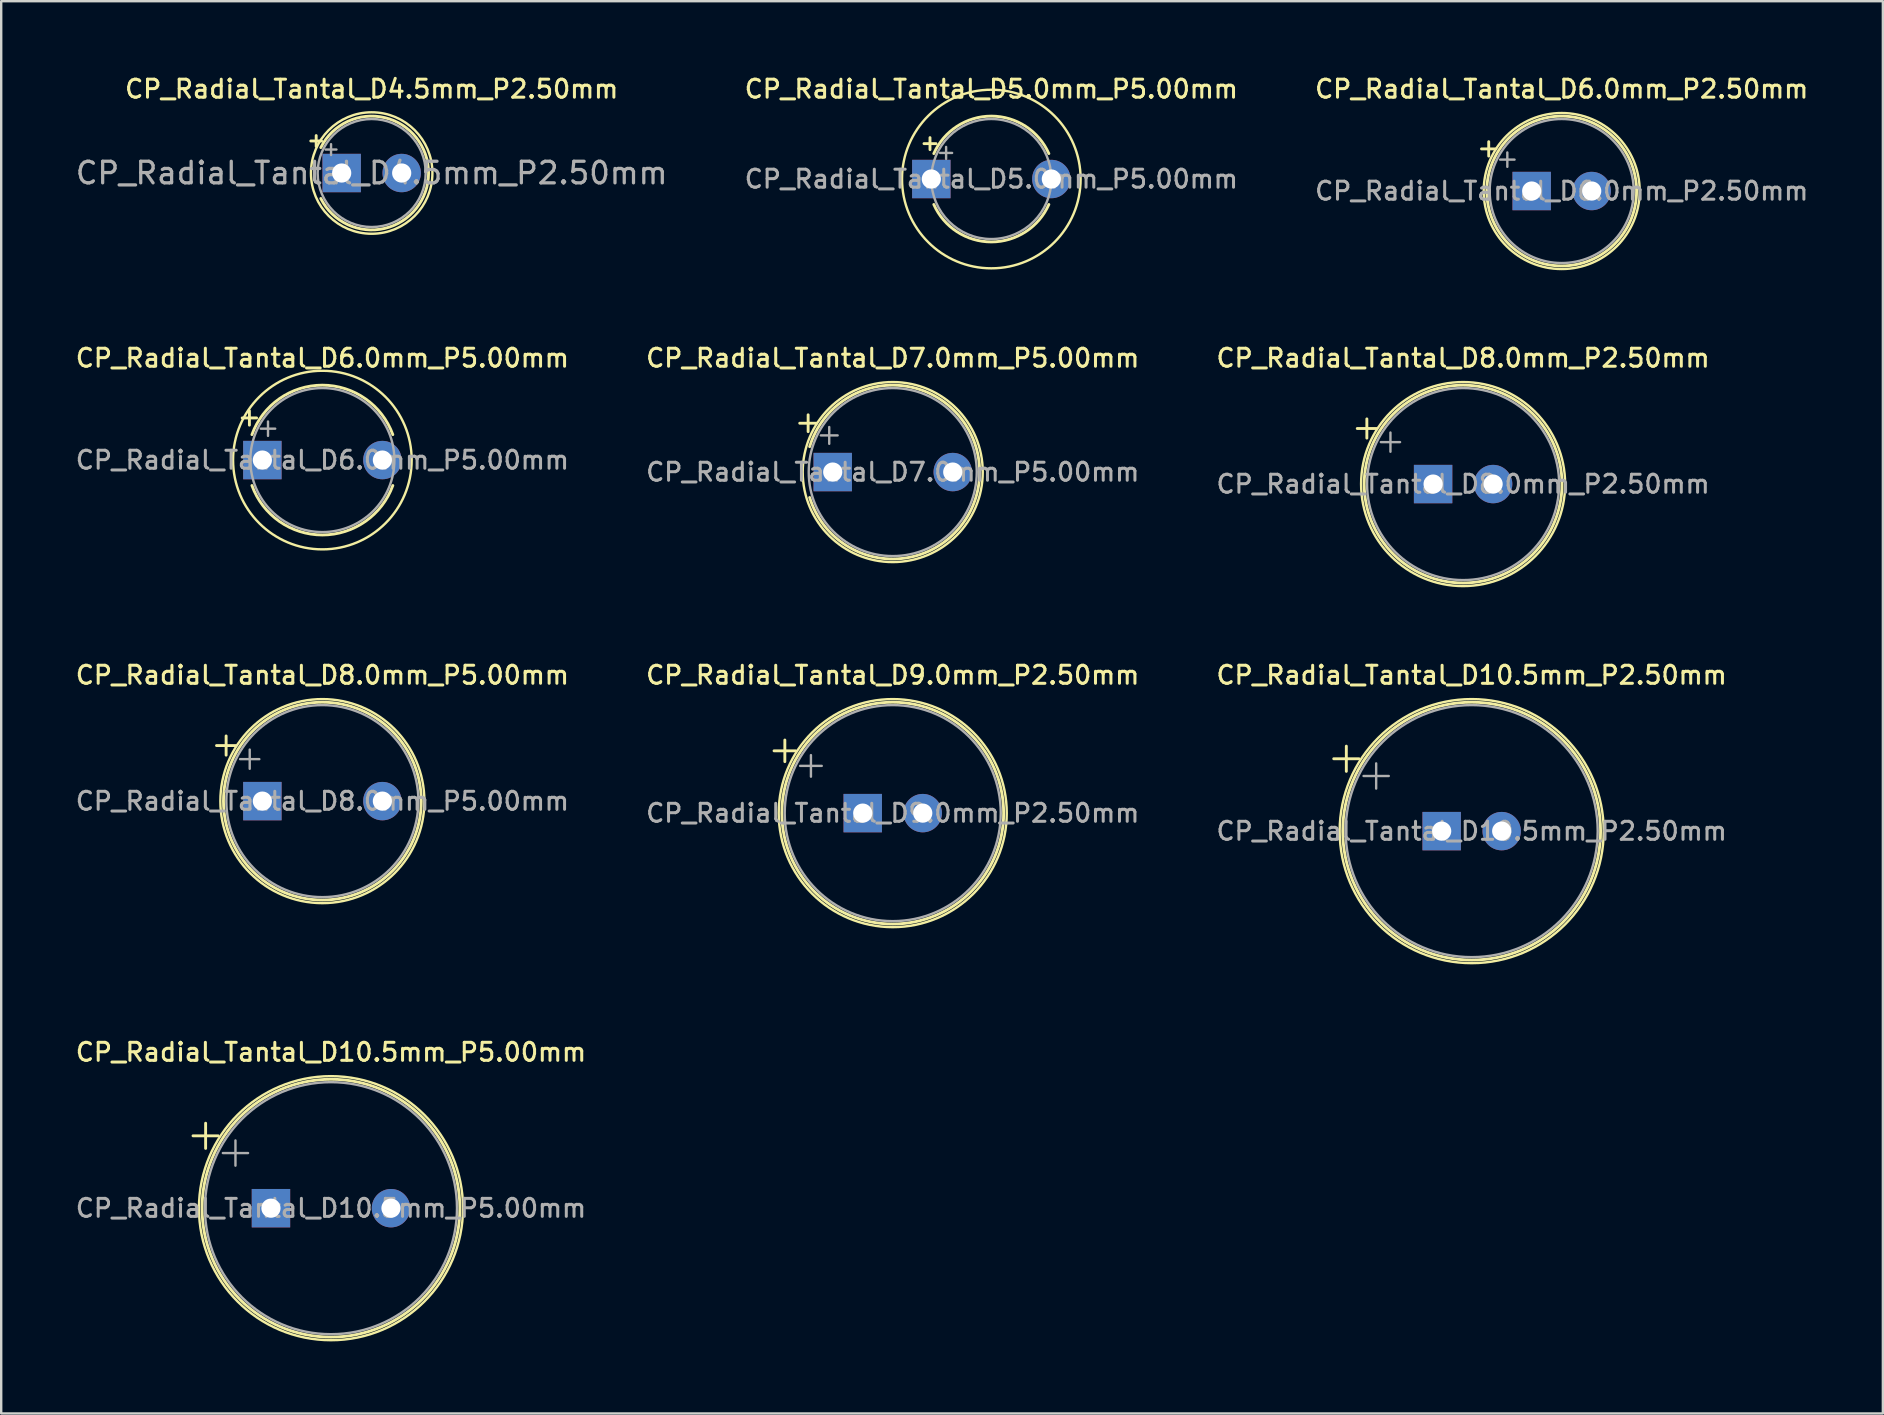
<source format=kicad_pcb>
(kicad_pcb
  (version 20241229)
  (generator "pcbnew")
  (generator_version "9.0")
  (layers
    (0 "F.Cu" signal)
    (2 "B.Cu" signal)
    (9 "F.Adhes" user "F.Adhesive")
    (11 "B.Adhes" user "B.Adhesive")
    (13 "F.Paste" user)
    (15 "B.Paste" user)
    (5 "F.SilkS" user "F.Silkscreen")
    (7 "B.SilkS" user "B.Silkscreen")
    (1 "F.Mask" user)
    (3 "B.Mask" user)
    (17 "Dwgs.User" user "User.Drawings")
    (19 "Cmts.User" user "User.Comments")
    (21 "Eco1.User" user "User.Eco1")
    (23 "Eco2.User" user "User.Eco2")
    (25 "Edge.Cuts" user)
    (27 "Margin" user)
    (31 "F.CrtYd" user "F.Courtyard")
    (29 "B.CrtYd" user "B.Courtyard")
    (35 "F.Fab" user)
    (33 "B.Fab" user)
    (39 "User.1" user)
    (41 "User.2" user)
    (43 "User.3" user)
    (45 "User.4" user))
  (footprint "CP_Radial_Tantal_D6.0mm_P2.50mm"
    (layer "F.Cu")
    (at 60.759 4.908)
    (property "Reference" "CP_Radial_Tantal_D6.0mm_P2.50mm" (at 1.25 -4.25 0) (layer "F.SilkS") (effects (font (size 0.75 0.75) (thickness 0.125))))
    (attr through_hole)
    (fp_line (start -2.09 -1.755) (end -1.49 -1.755) (stroke (width 0.12) (type solid)) (layer "F.SilkS"))
    (fp_line (start -1.79 -2.055) (end -1.79 -1.455) (stroke (width 0.12) (type solid)) (layer "F.SilkS"))
    (fp_circle (center 1.25 0) (end 4.37 0) (stroke (width 0.12) (type solid)) (fill no) (layer "F.SilkS"))
    (fp_circle (center 1.25 0) (end 4.5 0) (stroke (width 0.1) (type solid)) (fill no) (layer "F.SilkS"))
    (fp_line (start -1.315 -1.308) (end -0.715 -1.308) (stroke (width 0.1) (type solid)) (layer "F.Fab"))
    (fp_line (start -1.015 -1.607) (end -1.015 -1.008) (stroke (width 0.1) (type solid)) (layer "F.Fab"))
    (fp_circle (center 1.25 0) (end 4.25 0) (stroke (width 0.1) (type solid)) (fill no) (layer "F.Fab"))
    (fp_text user "${REFERENCE}" (at 1.25 0 0) (layer "F.Fab") (effects (font (size 0.75 0.75) (thickness 0.125))))
    (pad "1" thru_hole rect (at 0 0) (size 1.6 1.6) (drill 0.8) (layers "*.Cu" "*.Mask"))
    (pad "2" thru_hole circle (at 2.5 0) (size 1.6 1.6) (drill 0.8) (layers "*.Cu" "*.Mask")))
  (footprint "CP_Radial_Tantal_D10.5mm_P2.50mm"
    (layer "F.Cu")
    (at 57.009 31.574)
    (property "Reference" "CP_Radial_Tantal_D10.5mm_P2.50mm" (at 1.25 -6.5 0) (layer "F.SilkS") (effects (font (size 0.75 0.75) (thickness 0.125))))
    (attr through_hole)
    (fp_line (start -4.497 -3.015) (end -3.447 -3.015) (stroke (width 0.12) (type solid)) (layer "F.SilkS"))
    (fp_line (start -3.972 -3.54) (end -3.972 -2.49) (stroke (width 0.12) (type solid)) (layer "F.SilkS"))
    (fp_circle (center 1.25 0) (end 6.62 0) (stroke (width 0.12) (type solid)) (fill no) (layer "F.SilkS"))
    (fp_circle (center 1.25 0) (end 6.75 0) (stroke (width 0.1) (type solid)) (fill no) (layer "F.SilkS"))
    (fp_line (start -3.254 -2.297) (end -2.204 -2.297) (stroke (width 0.1) (type solid)) (layer "F.Fab"))
    (fp_line (start -2.729 -2.822) (end -2.729 -1.772) (stroke (width 0.1) (type solid)) (layer "F.Fab"))
    (fp_circle (center 1.25 0) (end 6.5 0) (stroke (width 0.1) (type solid)) (fill no) (layer "F.Fab"))
    (fp_text user "${REFERENCE}" (at 1.25 0 0) (layer "F.Fab") (effects (font (size 0.75 0.75) (thickness 0.125))))
    (pad "1" thru_hole rect (at 0 0) (size 1.6 1.6) (drill 0.8) (layers "*.Cu" "*.Mask"))
    (pad "2" thru_hole circle (at 2.5 0) (size 1.6 1.6) (drill 0.8) (layers "*.Cu" "*.Mask")))
  (footprint "CP_Radial_Tantal_D10.5mm_P5.00mm"
    (layer "F.Cu")
    (at 8.238 47.282)
    (property "Reference" "CP_Radial_Tantal_D10.5mm_P5.00mm" (at 2.5 -6.5 0) (layer "F.SilkS") (effects (font (size 0.75 0.75) (thickness 0.125))))
    (attr through_hole)
    (fp_line (start -3.247 -3.015) (end -2.197 -3.015) (stroke (width 0.12) (type solid)) (layer "F.SilkS"))
    (fp_line (start -2.722 -3.54) (end -2.722 -2.49) (stroke (width 0.12) (type solid)) (layer "F.SilkS"))
    (fp_circle (center 2.5 0) (end 7.87 0) (stroke (width 0.12) (type solid)) (fill no) (layer "F.SilkS"))
    (fp_circle (center 2.5 0) (end 8 0) (stroke (width 0.1) (type solid)) (fill no) (layer "F.SilkS"))
    (fp_line (start -2.004 -2.297) (end -0.954 -2.297) (stroke (width 0.1) (type solid)) (layer "F.Fab"))
    (fp_line (start -1.479 -2.822) (end -1.479 -1.772) (stroke (width 0.1) (type solid)) (layer "F.Fab"))
    (fp_circle (center 2.5 0) (end 7.75 0) (stroke (width 0.1) (type solid)) (fill no) (layer "F.Fab"))
    (fp_text user "${REFERENCE}" (at 2.5 0 0) (layer "F.Fab") (effects (font (size 0.75 0.75) (thickness 0.125))))
    (pad "1" thru_hole rect (at 0 0) (size 1.6 1.6) (drill 0.8) (layers "*.Cu" "*.Mask"))
    (pad "2" thru_hole circle (at 5 0) (size 1.6 1.6) (drill 0.8) (layers "*.Cu" "*.Mask")))
  (footprint "CP_Radial_Tantal_D7.0mm_P5.00mm"
    (layer "F.Cu")
    (at 31.641 16.616)
    (property "Reference" "CP_Radial_Tantal_D7.0mm_P5.00mm" (at 2.5 -4.75 0) (layer "F.SilkS") (effects (font (size 0.75 0.75) (thickness 0.125))))
    (attr through_hole)
    (fp_line (start -1.375 -2.035) (end -0.675 -2.035) (stroke (width 0.12) (type solid)) (layer "F.SilkS"))
    (fp_line (start -1.025 -2.385) (end -1.025 -1.685) (stroke (width 0.12) (type solid)) (layer "F.SilkS"))
    (fp_arc (start -0.961329 -1.06) (mid 6.12 0) (end -0.961329 1.06) (stroke (width 0.12) (type solid)) (layer "F.SilkS"))
    (fp_circle (center 2.5 0) (end 6.25 0) (stroke (width 0.1) (type solid)) (fill no) (layer "F.SilkS"))
    (fp_line (start -0.496 -1.528) (end 0.204 -1.528) (stroke (width 0.1) (type solid)) (layer "F.Fab"))
    (fp_line (start -0.146 -1.877) (end -0.146 -1.177) (stroke (width 0.1) (type solid)) (layer "F.Fab"))
    (fp_circle (center 2.5 0) (end 6 0) (stroke (width 0.1) (type solid)) (fill no) (layer "F.Fab"))
    (fp_text user "${REFERENCE}" (at 2.5 0 0) (layer "F.Fab") (effects (font (size 0.75 0.75) (thickness 0.125))))
    (pad "1" thru_hole rect (at 0 0) (size 1.6 1.6) (drill 0.8) (layers "*.Cu" "*.Mask"))
    (pad "2" thru_hole circle (at 5 0) (size 1.6 1.6) (drill 0.8) (layers "*.Cu" "*.Mask")))
  (footprint "CP_Radial_Tantal_D4.5mm_P2.50mm"
    (layer "F.Cu")
    (at 11.184 4.158)
    (property "Reference" "CP_Radial_Tantal_D4.5mm_P2.50mm" (at 1.25 -3.5 0) (layer "F.SilkS") (effects (font (size 0.75 0.75) (thickness 0.125))))
    (attr through_hole)
    (fp_line (start -1.287 -1.335) (end -0.837 -1.335) (stroke (width 0.12) (type solid)) (layer "F.SilkS"))
    (fp_line (start -1.062 -1.56) (end -1.062 -1.11) (stroke (width 0.12) (type solid)) (layer "F.SilkS"))
    (fp_arc (start -0.869741 -1.06) (mid 3.62 0) (end -0.869741 1.06) (stroke (width 0.12) (type solid)) (layer "F.SilkS"))
    (fp_circle (center 1.25 0) (end 3.78 0) (stroke (width 0.1) (type solid)) (fill no) (layer "F.SilkS"))
    (fp_line (start -0.668 -0.978) (end -0.218 -0.978) (stroke (width 0.1) (type solid)) (layer "F.Fab"))
    (fp_line (start -0.443 -1.202) (end -0.443 -0.752) (stroke (width 0.1) (type solid)) (layer "F.Fab"))
    (fp_circle (center 1.25 0) (end 3.5 0) (stroke (width 0.1) (type solid)) (fill no) (layer "F.Fab"))
    (fp_text user "${REFERENCE}" (at 1.25 0 0) (layer "F.Fab") (effects (font (size 0.9 0.9) (thickness 0.135))))
    (pad "1" thru_hole rect (at 0 0) (size 1.6 1.6) (drill 0.8) (layers "*.Cu" "*.Mask"))
    (pad "2" thru_hole circle (at 2.5 0) (size 1.6 1.6) (drill 0.8) (layers "*.Cu" "*.Mask")))
  (footprint "CP_Radial_Tantal_D8.0mm_P5.00mm"
    (layer "F.Cu")
    (at 7.88 30.324)
    (property "Reference" "CP_Radial_Tantal_D8.0mm_P5.00mm" (at 2.5 -5.25 0) (layer "F.SilkS") (effects (font (size 0.75 0.75) (thickness 0.125))))
    (attr through_hole)
    (fp_line (start -1.91 -2.315) (end -1.11 -2.315) (stroke (width 0.12) (type solid)) (layer "F.SilkS"))
    (fp_line (start -1.51 -2.715) (end -1.51 -1.915) (stroke (width 0.12) (type solid)) (layer "F.SilkS"))
    (fp_circle (center 2.5 0) (end 6.62 0) (stroke (width 0.12) (type solid)) (fill no) (layer "F.SilkS"))
    (fp_circle (center 2.5 0) (end 6.75 0) (stroke (width 0.1) (type solid)) (fill no) (layer "F.SilkS"))
    (fp_line (start -0.927 -1.748) (end -0.127 -1.748) (stroke (width 0.1) (type solid)) (layer "F.Fab"))
    (fp_line (start -0.527 -2.147) (end -0.527 -1.347) (stroke (width 0.1) (type solid)) (layer "F.Fab"))
    (fp_circle (center 2.5 0) (end 6.5 0) (stroke (width 0.1) (type solid)) (fill no) (layer "F.Fab"))
    (fp_text user "${REFERENCE}" (at 2.5 0 0) (layer "F.Fab") (effects (font (size 0.75 0.75) (thickness 0.125))))
    (pad "1" thru_hole rect (at 0 0) (size 1.6 1.6) (drill 0.8) (layers "*.Cu" "*.Mask"))
    (pad "2" thru_hole circle (at 5 0) (size 1.6 1.6) (drill 0.8) (layers "*.Cu" "*.Mask")))
  (footprint "CP_Radial_Tantal_D5.0mm_P5.00mm"
    (layer "F.Cu")
    (at 35.748 4.408)
    (property "Reference" "CP_Radial_Tantal_D5.0mm_P5.00mm" (at 2.5 -3.75 0) (layer "F.SilkS") (effects (font (size 0.75 0.75) (thickness 0.125))))
    (attr through_hole)
    (fp_line (start -0.305 -1.475) (end 0.195 -1.475) (stroke (width 0.12) (type solid)) (layer "F.SilkS"))
    (fp_line (start -0.055 -1.725) (end -0.055 -1.225) (stroke (width 0.12) (type solid)) (layer "F.SilkS"))
    (fp_arc (start 0.104003 -1.06) (mid 2.5 -2.62) (end 4.895997 -1.06) (stroke (width 0.12) (type solid)) (layer "F.SilkS"))
    (fp_arc (start 4.895997 1.06) (mid 2.5 2.62) (end 0.104003 1.06) (stroke (width 0.12) (type solid)) (layer "F.SilkS"))
    (fp_circle (center 2.5 0) (end 6.22 0) (stroke (width 0.1) (type solid)) (fill no) (layer "F.SilkS"))
    (fp_line (start 0.366 -1.087) (end 0.866 -1.087) (stroke (width 0.1) (type solid)) (layer "F.Fab"))
    (fp_line (start 0.616 -1.337) (end 0.616 -0.838) (stroke (width 0.1) (type solid)) (layer "F.Fab"))
    (fp_circle (center 2.5 0) (end 5 0) (stroke (width 0.1) (type solid)) (fill no) (layer "F.Fab"))
    (fp_text user "${REFERENCE}" (at 2.5 0 0) (layer "F.Fab") (effects (font (size 0.75 0.75) (thickness 0.125))))
    (pad "1" thru_hole rect (at 0 0) (size 1.6 1.6) (drill 0.8) (layers "*.Cu" "*.Mask"))
    (pad "2" thru_hole circle (at 5 0) (size 1.6 1.6) (drill 0.8) (layers "*.Cu" "*.Mask")))
  (footprint "CP_Radial_Tantal_D6.0mm_P5.00mm"
    (layer "F.Cu")
    (at 7.88 16.116)
    (property "Reference" "CP_Radial_Tantal_D6.0mm_P5.00mm" (at 2.5 -4.25 0) (layer "F.SilkS") (effects (font (size 0.75 0.75) (thickness 0.125))))
    (attr through_hole)
    (fp_line (start -0.84 -1.755) (end -0.24 -1.755) (stroke (width 0.12) (type solid)) (layer "F.SilkS"))
    (fp_line (start -0.54 -2.055) (end -0.54 -1.455) (stroke (width 0.12) (type solid)) (layer "F.SilkS"))
    (fp_arc (start -0.434416 -1.06) (mid 2.5 -3.12) (end 5.434416 -1.06) (stroke (width 0.12) (type solid)) (layer "F.SilkS"))
    (fp_arc (start 5.434416 1.06) (mid 2.5 3.12) (end -0.434416 1.06) (stroke (width 0.12) (type solid)) (layer "F.SilkS"))
    (fp_circle (center 2.5 0) (end 6.22 0) (stroke (width 0.1) (type solid)) (fill no) (layer "F.SilkS"))
    (fp_line (start -0.065 -1.308) (end 0.535 -1.308) (stroke (width 0.1) (type solid)) (layer "F.Fab"))
    (fp_line (start 0.235 -1.607) (end 0.235 -1.008) (stroke (width 0.1) (type solid)) (layer "F.Fab"))
    (fp_circle (center 2.5 0) (end 5.5 0) (stroke (width 0.1) (type solid)) (fill no) (layer "F.Fab"))
    (fp_text user "${REFERENCE}" (at 2.5 0 0) (layer "F.Fab") (effects (font (size 0.75 0.75) (thickness 0.125))))
    (pad "1" thru_hole rect (at 0 0) (size 1.6 1.6) (drill 0.8) (layers "*.Cu" "*.Mask"))
    (pad "2" thru_hole circle (at 5 0) (size 1.6 1.6) (drill 0.8) (layers "*.Cu" "*.Mask")))
  (footprint "CP_Radial_Tantal_D8.0mm_P2.50mm"
    (layer "F.Cu")
    (at 56.652 17.116)
    (property "Reference" "CP_Radial_Tantal_D8.0mm_P2.50mm" (at 1.25 -5.25 0) (layer "F.SilkS") (effects (font (size 0.75 0.75) (thickness 0.125))))
    (attr through_hole)
    (fp_line (start -3.16 -2.315) (end -2.36 -2.315) (stroke (width 0.12) (type solid)) (layer "F.SilkS"))
    (fp_line (start -2.76 -2.715) (end -2.76 -1.915) (stroke (width 0.12) (type solid)) (layer "F.SilkS"))
    (fp_circle (center 1.25 0) (end 5.37 0) (stroke (width 0.12) (type solid)) (fill no) (layer "F.SilkS"))
    (fp_circle (center 1.25 0) (end 5.5 0) (stroke (width 0.1) (type solid)) (fill no) (layer "F.SilkS"))
    (fp_line (start -2.177 -1.748) (end -1.377 -1.748) (stroke (width 0.1) (type solid)) (layer "F.Fab"))
    (fp_line (start -1.777 -2.147) (end -1.777 -1.347) (stroke (width 0.1) (type solid)) (layer "F.Fab"))
    (fp_circle (center 1.25 0) (end 5.25 0) (stroke (width 0.1) (type solid)) (fill no) (layer "F.Fab"))
    (fp_text user "${REFERENCE}" (at 1.25 0 0) (layer "F.Fab") (effects (font (size 0.75 0.75) (thickness 0.125))))
    (pad "1" thru_hole rect (at 0 0) (size 1.6 1.6) (drill 0.8) (layers "*.Cu" "*.Mask"))
    (pad "2" thru_hole circle (at 2.5 0) (size 1.6 1.6) (drill 0.8) (layers "*.Cu" "*.Mask")))
  (footprint "CP_Radial_Tantal_D9.0mm_P2.50mm"
    (layer "F.Cu")
    (at 32.891 30.824)
    (property "Reference" "CP_Radial_Tantal_D9.0mm_P2.50mm" (at 1.25 -5.75 0) (layer "F.SilkS") (effects (font (size 0.75 0.75) (thickness 0.125))))
    (attr through_hole)
    (fp_line (start -3.695 -2.595) (end -2.795 -2.595) (stroke (width 0.12) (type solid)) (layer "F.SilkS"))
    (fp_line (start -3.245 -3.045) (end -3.245 -2.145) (stroke (width 0.12) (type solid)) (layer "F.SilkS"))
    (fp_circle (center 1.25 0) (end 5.87 0) (stroke (width 0.12) (type solid)) (fill no) (layer "F.SilkS"))
    (fp_circle (center 1.25 0) (end 6 0) (stroke (width 0.1) (type solid)) (fill no) (layer "F.SilkS"))
    (fp_line (start -2.608 -1.968) (end -1.708 -1.968) (stroke (width 0.1) (type solid)) (layer "F.Fab"))
    (fp_line (start -2.158 -2.417) (end -2.158 -1.518) (stroke (width 0.1) (type solid)) (layer "F.Fab"))
    (fp_circle (center 1.25 0) (end 5.75 0) (stroke (width 0.1) (type solid)) (fill no) (layer "F.Fab"))
    (fp_text user "${REFERENCE}" (at 1.25 0 0) (layer "F.Fab") (effects (font (size 0.75 0.75) (thickness 0.125))))
    (pad "1" thru_hole rect (at 0 0) (size 1.6 1.6) (drill 0.8) (layers "*.Cu" "*.Mask"))
    (pad "2" thru_hole circle (at 2.5 0) (size 1.6 1.6) (drill 0.8) (layers "*.Cu" "*.Mask")))
  (gr_rect
    (start -3 -3)
    (end 75.389 55.833)
    (stroke (width 0.1) (type default))
    (fill no)
    (layer "Edge.Cuts")))
</source>
